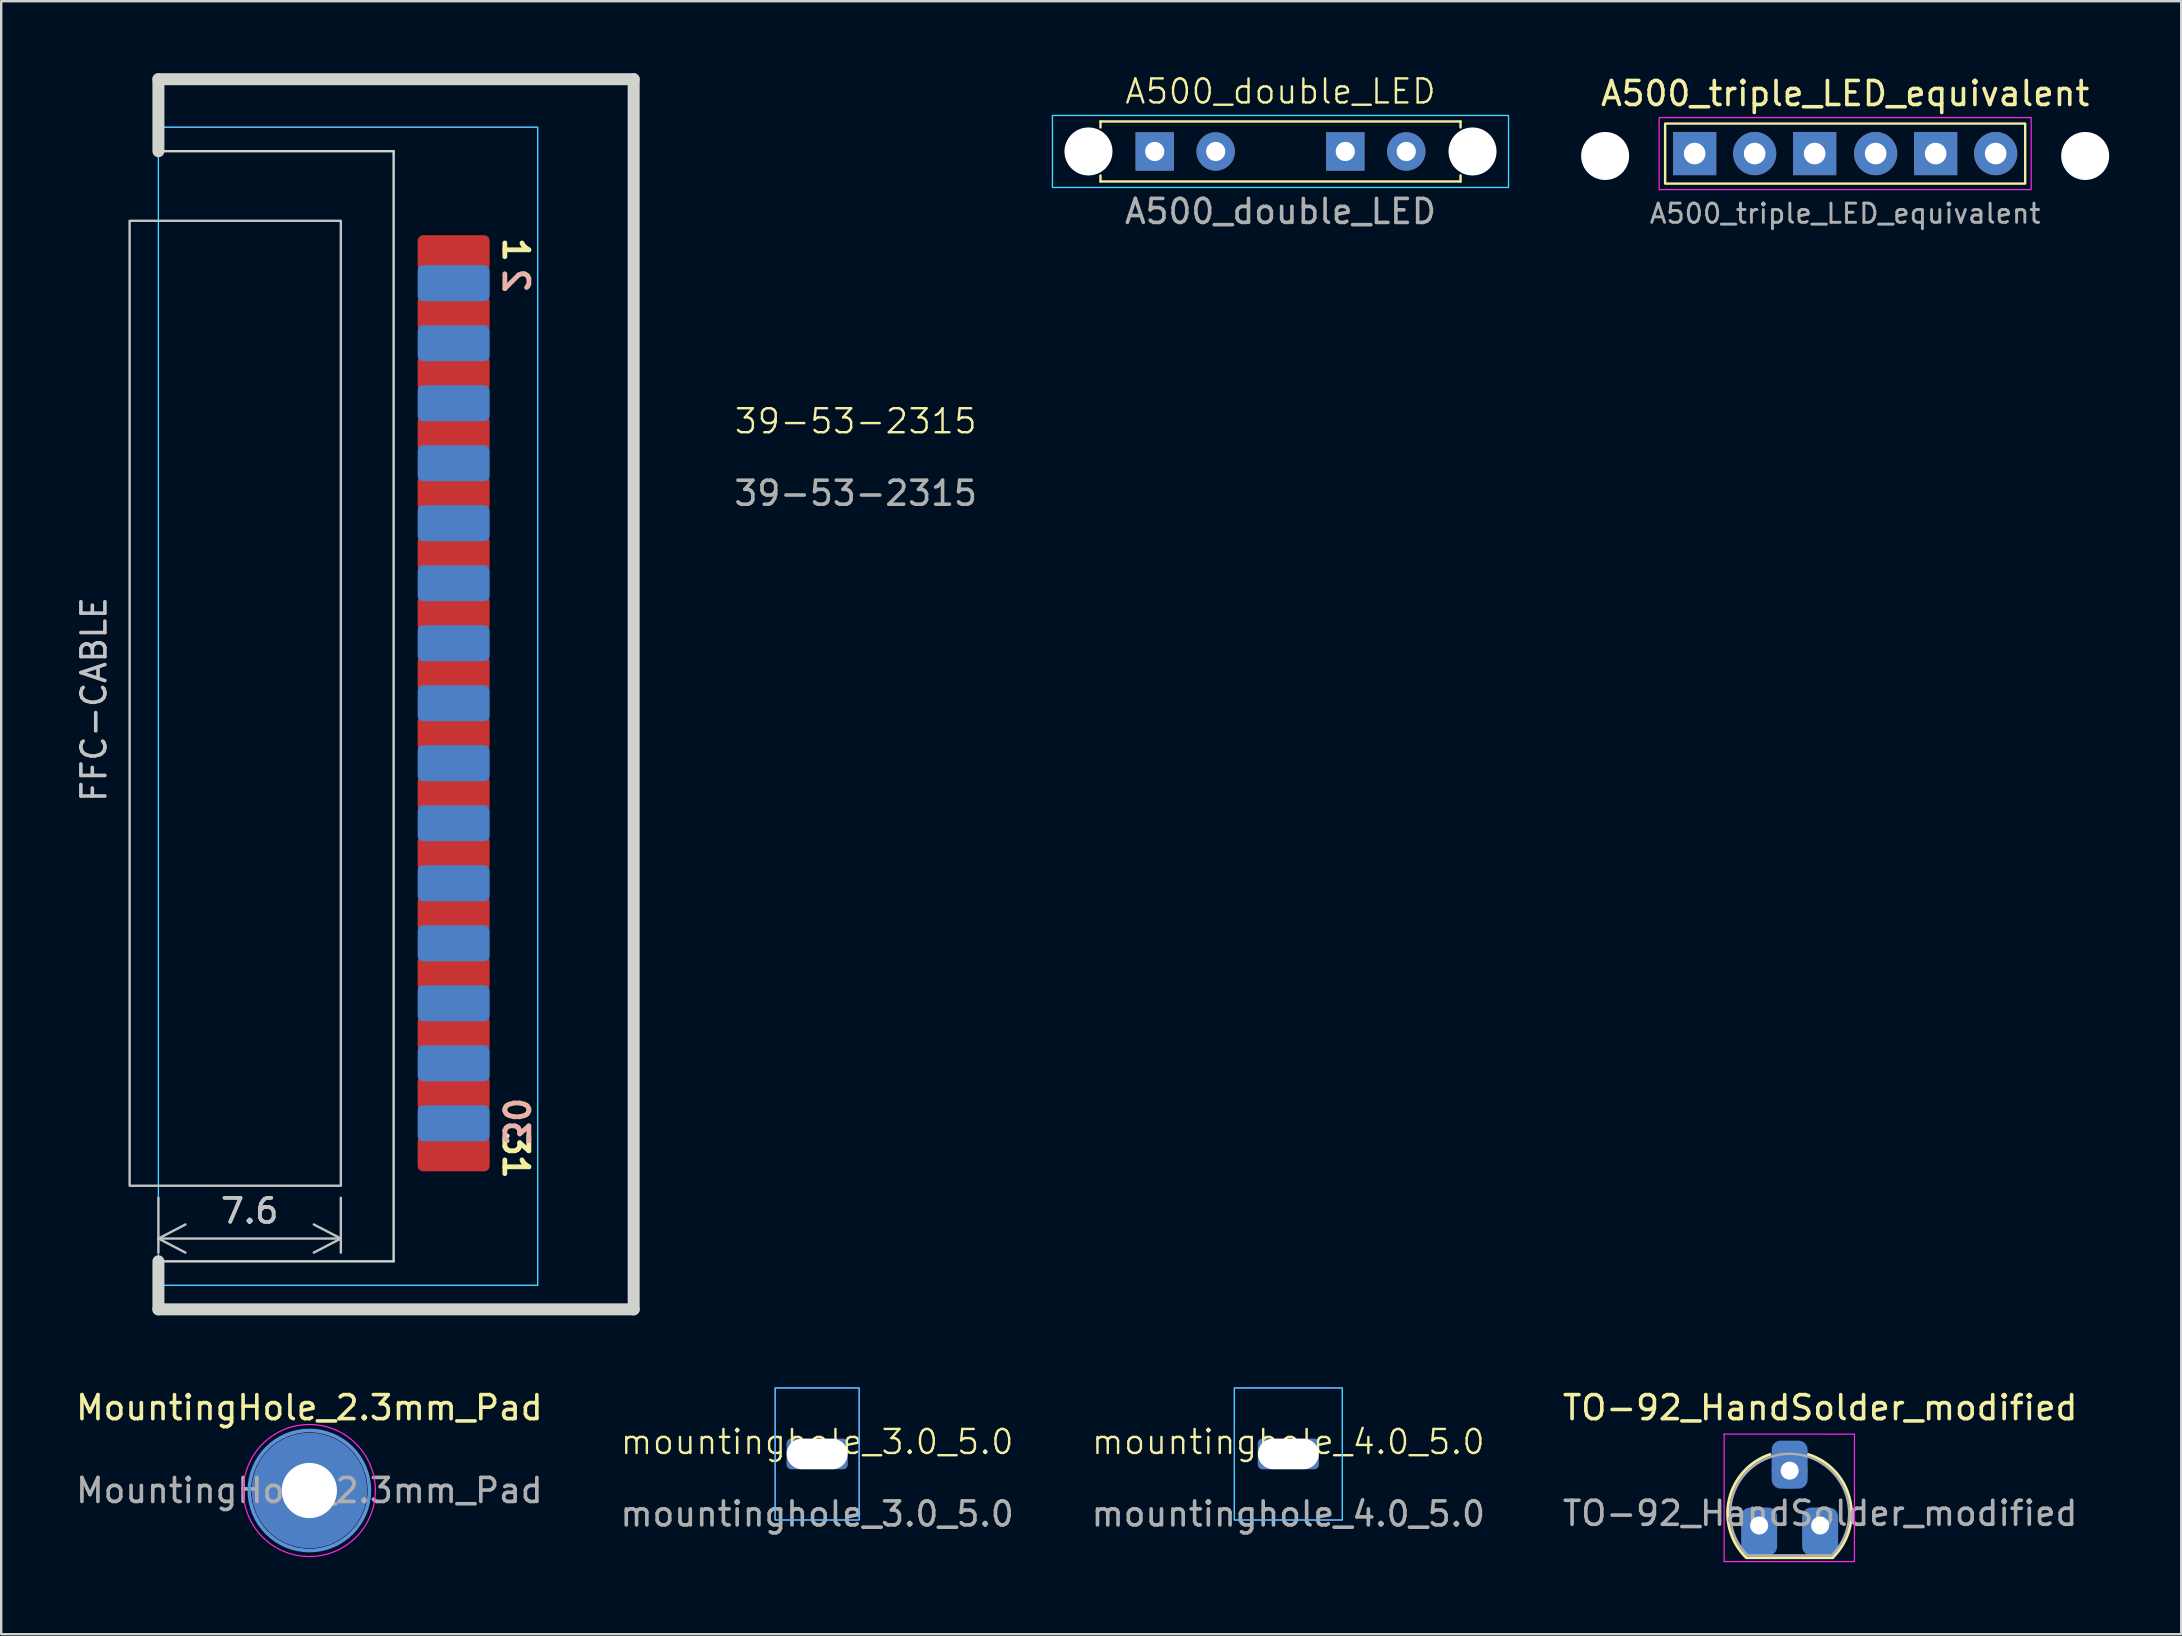
<source format=kicad_pcb>
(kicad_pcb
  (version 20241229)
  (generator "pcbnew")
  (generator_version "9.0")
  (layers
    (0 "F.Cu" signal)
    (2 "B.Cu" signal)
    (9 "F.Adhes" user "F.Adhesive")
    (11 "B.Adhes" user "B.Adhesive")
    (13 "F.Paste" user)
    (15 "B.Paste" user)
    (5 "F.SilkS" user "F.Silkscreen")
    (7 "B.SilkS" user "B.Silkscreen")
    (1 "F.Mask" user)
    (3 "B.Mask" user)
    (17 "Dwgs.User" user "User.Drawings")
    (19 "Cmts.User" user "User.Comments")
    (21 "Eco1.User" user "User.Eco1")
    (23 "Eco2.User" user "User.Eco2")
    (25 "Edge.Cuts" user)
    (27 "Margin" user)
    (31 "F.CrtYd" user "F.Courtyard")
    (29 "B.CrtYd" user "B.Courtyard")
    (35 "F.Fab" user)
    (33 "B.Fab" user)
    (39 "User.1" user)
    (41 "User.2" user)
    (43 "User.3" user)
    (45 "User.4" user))
  (footprint "A500_triple_LED_equivalent"
    (layer "F.Cu")
    (at 73.823 3.348)
    (property "Reference" "A500_triple_LED_equivalent" (at 0 -2.5 0) (layer "F.SilkS") (effects (font (size 1 1) (thickness 0.15))))
    (attr through_hole)
    (fp_rect (start -7.5 -1.25) (end 7.5 1.25) (stroke (width 0.1) (type default)) (fill no) (layer "F.SilkS"))
    (fp_rect (start -7.75 -1.5) (end 7.75 1.5) (stroke (width 0.05) (type default)) (fill no) (layer "F.CrtYd"))
    (fp_text user "${REFERENCE}" (at 0 2.5 0) (layer "F.Fab") (effects (font (size 0.8 0.8) (thickness 0.12))))
    (pad "" np_thru_hole circle (at -10 0.1) (size 2 2) (drill 2) (layers "*.Cu" "*.Mask"))
    (pad "" np_thru_hole circle (at 10 0.1) (size 2 2) (drill 2) (layers "*.Cu" "*.Mask"))
    (pad "1" thru_hole rect (at -6.27 0) (size 1.8 1.8) (drill 0.9) (layers "*.Cu" "*.Mask"))
    (pad "2" thru_hole circle (at -3.77 0) (size 1.8 1.8) (drill 0.9) (layers "*.Cu" "*.Mask"))
    (pad "3" thru_hole rect (at -1.27 0) (size 1.8 1.8) (drill 0.9) (layers "*.Cu" "*.Mask"))
    (pad "4" thru_hole circle (at 1.27 0) (size 1.8 1.8) (drill 0.9) (layers "*.Cu" "*.Mask"))
    (pad "5" thru_hole rect (at 3.77 0) (size 1.8 1.8) (drill 0.9) (layers "*.Cu" "*.Mask"))
    (pad "6" thru_hole circle (at 6.27 0) (size 1.8 1.8) (drill 0.9) (layers "*.Cu" "*.Mask")))
  (footprint "mountinghole_3.0_5.0"
    (layer "F.Cu")
    (at 30.994 57.525)
    (property "Reference" "mountinghole_3.0_5.0" (at 0 -0.5 0) (unlocked yes) (layer "F.SilkS") (effects (font (size 1 1) (thickness 0.1))))
    (attr smd)
    (fp_rect (start -1.75 -2.75) (end 1.75 2.75) (stroke (width 0.05) (type default)) (fill no) (layer "B.CrtYd"))
    (fp_rect (start -1.75 -2.75) (end 1.75 2.75) (stroke (width 0.05) (type default)) (fill no) (layer "F.CrtYd"))
    (fp_text user "${REFERENCE}" (at 0 2.5 0) (unlocked yes) (layer "F.Fab") (effects (font (size 1 1) (thickness 0.15))))
    (pad "" np_thru_hole roundrect (at 0 0) (size 2.54 1.27) (drill oval 3 5) (layers "*.Cu" "*.Mask") (roundrect_rratio 0.15)))
  (footprint "39-53-2315"
    (layer "F.Cu")
    (at 13.35 26.25)
    (property "Reference" "39-53-2315" (at 19.25 -11.75 0) (unlocked yes) (layer "F.SilkS") (effects (font (size 1 1) (thickness 0.1))))
    (attr smd)
    (fp_rect (start -11 -20.1) (end -2.2 20.1) (stroke (width 0.1) (type solid)) (fill no) (layer "Dwgs.User"))
    (fp_line (start -9.8 -26) (end 10 -26) (stroke (width 0.5) (type solid)) (layer "Edge.Cuts"))
    (fp_line (start -9.8 -23) (end -9.8 -26) (stroke (width 0.5) (type solid)) (layer "Edge.Cuts"))
    (fp_line (start -9.8 25.25) (end -9.8 23.25) (stroke (width 0.5) (type solid)) (layer "Edge.Cuts"))
    (fp_line (start 0 -23) (end -9.8 -23) (stroke (width 0.1) (type solid)) (layer "Edge.Cuts"))
    (fp_line (start 0 23.25) (end -9.8 23.25) (stroke (width 0.1) (type solid)) (layer "Edge.Cuts"))
    (fp_line (start 0 23.25) (end 0 -23) (stroke (width 0.1) (type solid)) (layer "Edge.Cuts"))
    (fp_line (start 10 -26) (end 10 25.25) (stroke (width 0.5) (type solid)) (layer "Edge.Cuts"))
    (fp_line (start 10 25.25) (end -9.8 25.25) (stroke (width 0.5) (type solid)) (layer "Edge.Cuts"))
    (fp_rect (start -9.8 -24) (end 6 24.25) (stroke (width 0.05) (type solid)) (fill no) (layer "B.CrtYd"))
    (fp_rect (start -9.8 -24) (end 6 24.25) (stroke (width 0.05) (type default)) (fill no) (layer "F.CrtYd"))
    (fp_text user "1" (at 4.5 -19.5 270) (unlocked yes) (layer "F.SilkS") (effects (font (size 1 1) (thickness 0.2) (bold yes)) (justify left bottom)))
    (fp_text user "31" (at 4.5 17.75 270) (unlocked yes) (layer "F.SilkS") (effects (font (size 1 1) (thickness 0.2) (bold yes)) (justify left bottom)))
    (fp_text user "30" (at 4.5 18.5 270) (unlocked yes) (layer "B.SilkS") (effects (font (size 1 1) (thickness 0.2) (bold yes)) (justify left bottom mirror)))
    (fp_text user "2" (at 4.5 -17 270) (unlocked yes) (layer "B.SilkS") (effects (font (size 1 1) (thickness 0.2) (bold yes)) (justify left bottom mirror)))
    (fp_text user "FFC-CABLE" (at -11.9 4.2 90) (unlocked yes) (layer "Dwgs.User") (effects (font (size 1 1) (thickness 0.15)) (justify left bottom)))
    (fp_text user "${REFERENCE}" (at 19.25 -8.75 0) (unlocked yes) (layer "F.Fab") (effects (font (size 1 1) (thickness 0.15))))
    (dimension (type orthogonal) (layer "Dwgs.User") (pts (xy 11.15 46.35) (xy 3.55 46.35)) (height 2.2) (orientation 0) (format (prefix "") (suffix "") (units 3) (units_format 0) (precision 4) (suppress_zeroes yes)) (style (thickness 0.1) (arrow_length 1.27) (text_position_mode 0) (arrow_direction outward) (extension_height 0.586) (extension_offset 0.5) (keep_text_aligned yes)) (gr_text "7.6" (at 7.35 47.4 0) (layer "Dwgs.User") (effects (font (size 1 1) (thickness 0.15)))))
    (pad "1" smd roundrect (at 2.5 -18.75) (size 3 1.5) (layers "F.Cu" "F.Mask" "F.Paste") (roundrect_rratio 0.15))
    (pad "2" smd roundrect (at 2.5 -17.5 180) (size 3 1.5) (layers "B.Cu" "B.Mask" "B.Paste") (roundrect_rratio 0.15))
    (pad "3" smd roundrect (at 2.5 -16.25) (size 3 1.5) (layers "F.Cu" "F.Mask" "F.Paste") (roundrect_rratio 0.15))
    (pad "4" smd roundrect (at 2.5 -15 180) (size 3 1.5) (layers "B.Cu" "B.Mask" "B.Paste") (roundrect_rratio 0.15))
    (pad "5" smd roundrect (at 2.5 -13.75) (size 3 1.5) (layers "F.Cu" "F.Mask" "F.Paste") (roundrect_rratio 0.15))
    (pad "6" smd roundrect (at 2.5 -12.5 180) (size 3 1.5) (layers "B.Cu" "B.Mask" "B.Paste") (roundrect_rratio 0.15))
    (pad "7" smd roundrect (at 2.5 -11.25) (size 3 1.5) (layers "F.Cu" "F.Mask" "F.Paste") (roundrect_rratio 0.15))
    (pad "8" smd roundrect (at 2.5 -10 180) (size 3 1.5) (layers "B.Cu" "B.Mask" "B.Paste") (roundrect_rratio 0.15))
    (pad "9" smd roundrect (at 2.5 -8.75) (size 3 1.5) (layers "F.Cu" "F.Mask" "F.Paste") (roundrect_rratio 0.15))
    (pad "10" smd roundrect (at 2.5 -7.5 180) (size 3 1.5) (layers "B.Cu" "B.Mask" "B.Paste") (roundrect_rratio 0.15))
    (pad "11" smd roundrect (at 2.5 -6.25) (size 3 1.5) (layers "F.Cu" "F.Mask" "F.Paste") (roundrect_rratio 0.15))
    (pad "12" smd roundrect (at 2.5 -5 180) (size 3 1.5) (layers "B.Cu" "B.Mask" "B.Paste") (roundrect_rratio 0.15))
    (pad "13" smd roundrect (at 2.5 -3.75) (size 3 1.5) (layers "F.Cu" "F.Mask" "F.Paste") (roundrect_rratio 0.15))
    (pad "14" smd roundrect (at 2.5 -2.5 180) (size 3 1.5) (layers "B.Cu" "B.Mask" "B.Paste") (roundrect_rratio 0.15))
    (pad "15" smd roundrect (at 2.5 -1.25) (size 3 1.5) (layers "F.Cu" "F.Mask" "F.Paste") (roundrect_rratio 0.15))
    (pad "16" smd roundrect (at 2.5 0 180) (size 3 1.5) (layers "B.Cu" "B.Mask" "B.Paste") (roundrect_rratio 0.15))
    (pad "17" smd roundrect (at 2.5 1.25) (size 3 1.5) (layers "F.Cu" "F.Mask" "F.Paste") (roundrect_rratio 0.15))
    (pad "18" smd roundrect (at 2.5 2.5 180) (size 3 1.5) (layers "B.Cu" "B.Mask" "B.Paste") (roundrect_rratio 0.15))
    (pad "19" smd roundrect (at 2.5 3.75) (size 3 1.5) (layers "F.Cu" "F.Mask" "F.Paste") (roundrect_rratio 0.15))
    (pad "20" smd roundrect (at 2.5 5 180) (size 3 1.5) (layers "B.Cu" "B.Mask" "B.Paste") (roundrect_rratio 0.15))
    (pad "21" smd roundrect (at 2.5 6.25) (size 3 1.5) (layers "F.Cu" "F.Mask" "F.Paste") (roundrect_rratio 0.15))
    (pad "22" smd roundrect (at 2.5 7.5 180) (size 3 1.5) (layers "B.Cu" "B.Mask" "B.Paste") (roundrect_rratio 0.15))
    (pad "23" smd roundrect (at 2.5 8.75) (size 3 1.5) (layers "F.Cu" "F.Mask" "F.Paste") (roundrect_rratio 0.15))
    (pad "24" smd roundrect (at 2.5 10 180) (size 3 1.5) (layers "B.Cu" "B.Mask" "B.Paste") (roundrect_rratio 0.15))
    (pad "25" smd roundrect (at 2.5 11.25) (size 3 1.5) (layers "F.Cu" "F.Mask" "F.Paste") (roundrect_rratio 0.15))
    (pad "26" smd roundrect (at 2.5 12.5 180) (size 3 1.5) (layers "B.Cu" "B.Mask" "B.Paste") (roundrect_rratio 0.15))
    (pad "27" smd roundrect (at 2.5 13.75) (size 3 1.5) (layers "F.Cu" "F.Mask" "F.Paste") (roundrect_rratio 0.15))
    (pad "28" smd roundrect (at 2.5 15 180) (size 3 1.5) (layers "B.Cu" "B.Mask" "B.Paste") (roundrect_rratio 0.15))
    (pad "29" smd roundrect (at 2.5 16.25) (size 3 1.5) (layers "F.Cu" "F.Mask" "F.Paste") (roundrect_rratio 0.15))
    (pad "30" smd roundrect (at 2.5 17.5 180) (size 3 1.5) (layers "B.Cu" "B.Mask" "B.Paste") (roundrect_rratio 0.15))
    (pad "31" smd roundrect (at 2.5 18.75) (size 3 1.5) (layers "F.Cu" "F.Mask" "F.Paste") (roundrect_rratio 0.15)))
  (footprint "TO-92_HandSolder_modified"
    (layer "F.Cu")
    (at 71.51 59.998)
    (property "Reference" "TO-92_HandSolder_modified" (at 1.27 -4.4 0) (layer "F.SilkS") (effects (font (size 1 1) (thickness 0.15))))
    (attr through_hole)
    (fp_line (start -1.8 1.85) (end 1.8 1.85) (stroke (width 0.12) (type solid)) (layer "F.SilkS"))
    (fp_arc (start -1.811875 1.841741) (mid -2.517231 -0.581764) (end -0.82 -2.45) (stroke (width 0.12) (type solid)) (layer "F.SilkS"))
    (fp_arc (start 0.78 -2.45) (mid 2.499931 -0.601036) (end 1.808445 1.827684) (stroke (width 0.12) (type solid)) (layer "F.SilkS"))
    (fp_line (start -2.73 -3.302) (end -2.73 2.01) (stroke (width 0.05) (type solid)) (layer "F.CrtYd"))
    (fp_line (start -2.73 -3.302) (end 2.7 -3.3) (stroke (width 0.05) (type solid)) (layer "F.CrtYd"))
    (fp_line (start 2.7 2.01) (end -2.73 2.01) (stroke (width 0.05) (type solid)) (layer "F.CrtYd"))
    (fp_line (start 2.7 2.01) (end 2.7 -3.3) (stroke (width 0.05) (type solid)) (layer "F.CrtYd"))
    (fp_line (start -1.77 1.75) (end 1.73 1.75) (stroke (width 0.1) (type solid)) (layer "F.Fab"))
    (fp_arc (start -1.753625 1.753625) (mid -2.291221 -0.949055) (end 0 -2.48) (stroke (width 0.1) (type solid)) (layer "F.Fab"))
    (fp_arc (start 0 -2.48) (mid 2.291221 -0.949055) (end 1.753625 1.753625) (stroke (width 0.1) (type solid)) (layer "F.Fab"))
    (fp_text user "${REFERENCE}" (at 1.27 0 0) (layer "F.Fab") (effects (font (size 1 1) (thickness 0.15))))
    (pad "1" thru_hole circle (at -1.27 0.508) (size 1.5 1.5) (drill 0.75 (offset 0 0)) (layers "*.Cu" "*.Mask") (padstack (mode front_inner_back) (layer "Inner" (shape circle) (size 1.5 1.5)) (layer "B.Cu" (shape roundrect) (size 1.5 2) (offset 0 0.25) (roundrect_rratio 0.25))))
    (pad "2" thru_hole circle (at 0 -1.778 180) (size 1.5 1.5) (drill 0.75 (offset 0 0)) (layers "*.Cu" "*.Mask") (padstack (mode front_inner_back) (layer "Inner" (shape circle) (size 1.5 1.5)) (layer "B.Cu" (shape roundrect) (size 1.5 2) (offset 0 0.25) (roundrect_rratio 0.25))))
    (pad "3" thru_hole circle (at 1.27 0.508) (size 1.5 1.5) (drill 0.75 (offset 0 0)) (layers "*.Cu" "*.Mask") (padstack (mode front_inner_back) (layer "Inner" (shape circle) (size 1.5 1.5)) (layer "B.Cu" (shape roundrect) (size 1.5 2) (offset 0 0.25) (roundrect_rratio 0.25)))))
  (footprint "MountingHole_2.3mm_Pad"
    (layer "F.Cu")
    (at 9.839 59.048)
    (property "Reference" "MountingHole_2.3mm_Pad" (at 0 -3.45 0) (layer "F.SilkS") (effects (font (size 1 1) (thickness 0.15))))
    (attr exclude_from_pos_files exclude_from_bom)
    (fp_circle (center 0 0) (end 2.5 0) (stroke (width 0.15) (type solid)) (fill no) (layer "Cmts.User"))
    (fp_circle (center 0 0) (end 2.75 0) (stroke (width 0.05) (type solid)) (fill no) (layer "F.CrtYd"))
    (fp_text user "${REFERENCE}" (at 0 0 0) (layer "F.Fab") (effects (font (size 1 1) (thickness 0.15))))
    (pad "1" thru_hole circle (at 0 0) (size 4.8 4.8) (drill 2.3) (layers "*.Cu" "*.Mask")))
  (footprint "A500_double_LED"
    (layer "F.Cu")
    (at 50.298 3.26)
    (property "Reference" "A500_double_LED" (at 0 -2.5 0) (unlocked yes) (layer "F.SilkS") (effects (font (size 1 1) (thickness 0.1))))
    (attr through_hole)
    (fp_line (start -7.5 -1.25) (end -7.5 -1) (stroke (width 0.1) (type default)) (layer "F.SilkS"))
    (fp_line (start -7.5 -1.25) (end 7.5 -1.25) (stroke (width 0.1) (type default)) (layer "F.SilkS"))
    (fp_line (start -7.5 1.25) (end -7.5 1) (stroke (width 0.1) (type default)) (layer "F.SilkS"))
    (fp_line (start 7.5 -1.25) (end 7.5 -1) (stroke (width 0.1) (type default)) (layer "F.SilkS"))
    (fp_line (start 7.5 1.25) (end -7.5 1.25) (stroke (width 0.1) (type default)) (layer "F.SilkS"))
    (fp_line (start 7.5 1.25) (end 7.5 1) (stroke (width 0.1) (type default)) (layer "F.SilkS"))
    (fp_rect (start -9.5 -1.5) (end 9.5 1.5) (stroke (width 0.05) (type solid)) (fill no) (layer "B.CrtYd"))
    (fp_rect (start -9.5 -1.5) (end 9.5 1.5) (stroke (width 0.05) (type default)) (fill no) (layer "F.CrtYd"))
    (fp_text user "${REFERENCE}" (at 0 2.5 0) (unlocked yes) (layer "F.Fab") (effects (font (size 1 1) (thickness 0.15))))
    (pad "" np_thru_hole circle (at -8 0) (size 2 2) (drill 2) (layers "*.Cu" "*.Mask"))
    (pad "" np_thru_hole circle (at 8 0) (size 2 2) (drill 2) (layers "*.Cu" "*.Mask"))
    (pad "1" thru_hole rect (at -5.24 0) (size 1.6 1.6) (drill 0.8) (layers "*.Cu" "*.Mask"))
    (pad "2" thru_hole circle (at -2.7 0) (size 1.6 1.6) (drill 0.8) (layers "*.Cu" "*.Mask"))
    (pad "3" thru_hole rect (at 2.7 0) (size 1.6 1.6) (drill 0.8) (layers "*.Cu" "*.Mask"))
    (pad "4" thru_hole circle (at 5.24 0) (size 1.6 1.6) (drill 0.8) (layers "*.Cu" "*.Mask")))
  (footprint "mountinghole_4.0_5.0"
    (layer "F.Cu")
    (at 50.625 57.525)
    (property "Reference" "mountinghole_4.0_5.0" (at 0 -0.5 0) (unlocked yes) (layer "F.SilkS") (effects (font (size 1 1) (thickness 0.1))))
    (attr smd)
    (fp_rect (start -2.25 -2.75) (end 2.25 2.75) (stroke (width 0.05) (type default)) (fill no) (layer "B.CrtYd"))
    (fp_rect (start -2.25 -2.75) (end 2.25 2.75) (stroke (width 0.05) (type default)) (fill no) (layer "F.CrtYd"))
    (fp_text user "${REFERENCE}" (at 0 2.5 0) (unlocked yes) (layer "F.Fab") (effects (font (size 1 1) (thickness 0.15))))
    (pad "" np_thru_hole roundrect (at 0 0) (size 2.54 1.27) (drill oval 4 5) (layers "*.Cu" "*.Mask") (roundrect_rratio 0.15)))
  (gr_rect
    (start -3 -3)
    (end 87.823 65.033)
    (stroke (width 0.1) (type default))
    (fill no)
    (layer "Edge.Cuts")))
</source>
